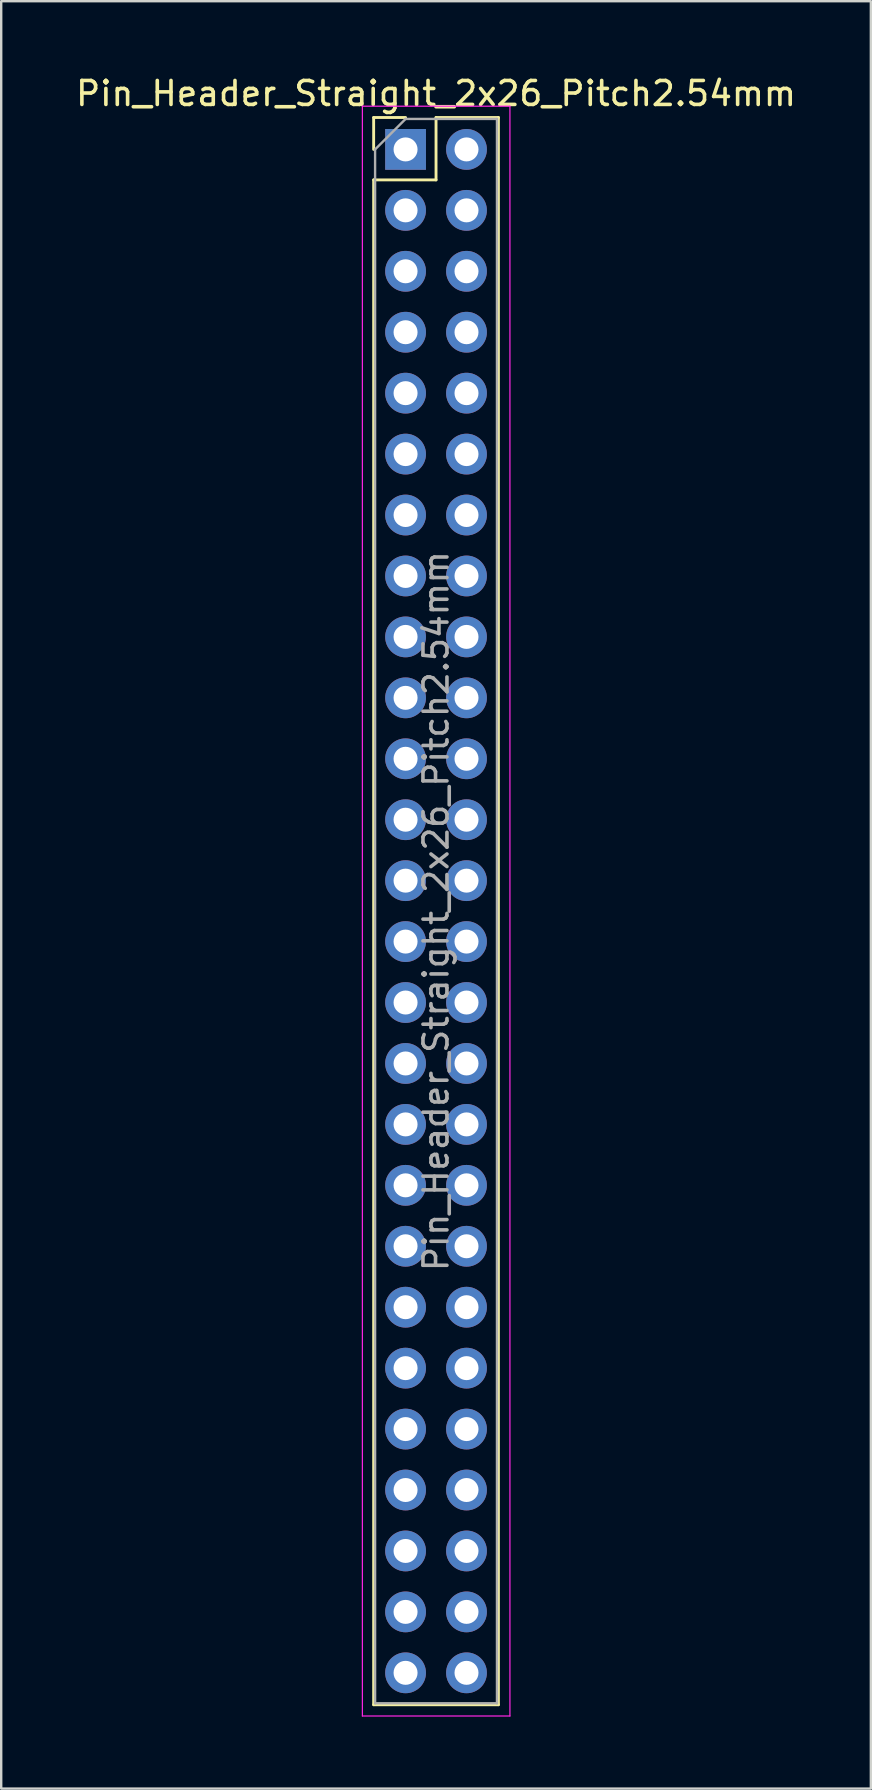
<source format=kicad_pcb>
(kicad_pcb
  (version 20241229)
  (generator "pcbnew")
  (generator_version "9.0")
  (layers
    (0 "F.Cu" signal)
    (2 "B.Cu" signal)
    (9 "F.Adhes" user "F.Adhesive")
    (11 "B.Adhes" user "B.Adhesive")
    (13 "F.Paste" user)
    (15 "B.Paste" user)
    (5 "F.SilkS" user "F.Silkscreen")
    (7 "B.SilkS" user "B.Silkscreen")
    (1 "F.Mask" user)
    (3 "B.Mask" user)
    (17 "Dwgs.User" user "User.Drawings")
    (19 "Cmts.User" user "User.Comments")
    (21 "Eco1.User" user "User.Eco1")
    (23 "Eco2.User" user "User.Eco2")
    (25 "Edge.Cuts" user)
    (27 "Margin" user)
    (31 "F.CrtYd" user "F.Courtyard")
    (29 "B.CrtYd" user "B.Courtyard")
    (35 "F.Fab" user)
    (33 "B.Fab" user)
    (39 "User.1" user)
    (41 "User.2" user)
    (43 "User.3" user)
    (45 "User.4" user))
  (footprint "Pin_Header_Straight_2x26_Pitch2.54mm"
    (layer "F.Cu")
    (at 13.855 3.178)
    (property "Reference" "Pin_Header_Straight_2x26_Pitch2.54mm" (at 1.27 -2.33 0) (layer "F.SilkS") (effects (font (size 1 1) (thickness 0.15))))
    (attr through_hole)
    (fp_line (start -1.33 -1.33) (end 0 -1.33) (stroke (width 0.12) (type solid)) (layer "F.SilkS"))
    (fp_line (start -1.33 0) (end -1.33 -1.33) (stroke (width 0.12) (type solid)) (layer "F.SilkS"))
    (fp_line (start -1.33 1.27) (end -1.33 64.83) (stroke (width 0.12) (type solid)) (layer "F.SilkS"))
    (fp_line (start -1.33 1.27) (end 1.27 1.27) (stroke (width 0.12) (type solid)) (layer "F.SilkS"))
    (fp_line (start -1.33 64.83) (end 3.87 64.83) (stroke (width 0.12) (type solid)) (layer "F.SilkS"))
    (fp_line (start 1.27 -1.33) (end 3.87 -1.33) (stroke (width 0.12) (type solid)) (layer "F.SilkS"))
    (fp_line (start 1.27 1.27) (end 1.27 -1.33) (stroke (width 0.12) (type solid)) (layer "F.SilkS"))
    (fp_line (start 3.87 -1.33) (end 3.87 64.83) (stroke (width 0.12) (type solid)) (layer "F.SilkS"))
    (fp_line (start -1.8 -1.8) (end -1.8 65.3) (stroke (width 0.05) (type solid)) (layer "F.CrtYd"))
    (fp_line (start -1.8 65.3) (end 4.35 65.3) (stroke (width 0.05) (type solid)) (layer "F.CrtYd"))
    (fp_line (start 4.35 -1.8) (end -1.8 -1.8) (stroke (width 0.05) (type solid)) (layer "F.CrtYd"))
    (fp_line (start 4.35 65.3) (end 4.35 -1.8) (stroke (width 0.05) (type solid)) (layer "F.CrtYd"))
    (fp_line (start -1.27 0) (end 0 -1.27) (stroke (width 0.1) (type solid)) (layer "F.Fab"))
    (fp_line (start -1.27 64.77) (end -1.27 0) (stroke (width 0.1) (type solid)) (layer "F.Fab"))
    (fp_line (start 0 -1.27) (end 3.81 -1.27) (stroke (width 0.1) (type solid)) (layer "F.Fab"))
    (fp_line (start 3.81 -1.27) (end 3.81 64.77) (stroke (width 0.1) (type solid)) (layer "F.Fab"))
    (fp_line (start 3.81 64.77) (end -1.27 64.77) (stroke (width 0.1) (type solid)) (layer "F.Fab"))
    (fp_text user "${REFERENCE}" (at 1.27 31.75 90) (layer "F.Fab") (effects (font (size 1 1) (thickness 0.15))))
    (pad "1" thru_hole rect (at 0 0) (size 1.7 1.7) (drill 1) (layers "*.Cu" "*.Mask"))
    (pad "2" thru_hole oval (at 2.54 0) (size 1.7 1.7) (drill 1) (layers "*.Cu" "*.Mask"))
    (pad "3" thru_hole oval (at 0 2.54) (size 1.7 1.7) (drill 1) (layers "*.Cu" "*.Mask"))
    (pad "4" thru_hole oval (at 2.54 2.54) (size 1.7 1.7) (drill 1) (layers "*.Cu" "*.Mask"))
    (pad "5" thru_hole oval (at 0 5.08) (size 1.7 1.7) (drill 1) (layers "*.Cu" "*.Mask"))
    (pad "6" thru_hole oval (at 2.54 5.08) (size 1.7 1.7) (drill 1) (layers "*.Cu" "*.Mask"))
    (pad "7" thru_hole oval (at 0 7.62) (size 1.7 1.7) (drill 1) (layers "*.Cu" "*.Mask"))
    (pad "8" thru_hole oval (at 2.54 7.62) (size 1.7 1.7) (drill 1) (layers "*.Cu" "*.Mask"))
    (pad "9" thru_hole oval (at 0 10.16) (size 1.7 1.7) (drill 1) (layers "*.Cu" "*.Mask"))
    (pad "10" thru_hole oval (at 2.54 10.16) (size 1.7 1.7) (drill 1) (layers "*.Cu" "*.Mask"))
    (pad "11" thru_hole oval (at 0 12.7) (size 1.7 1.7) (drill 1) (layers "*.Cu" "*.Mask"))
    (pad "12" thru_hole oval (at 2.54 12.7) (size 1.7 1.7) (drill 1) (layers "*.Cu" "*.Mask"))
    (pad "13" thru_hole oval (at 0 15.24) (size 1.7 1.7) (drill 1) (layers "*.Cu" "*.Mask"))
    (pad "14" thru_hole oval (at 2.54 15.24) (size 1.7 1.7) (drill 1) (layers "*.Cu" "*.Mask"))
    (pad "15" thru_hole oval (at 0 17.78) (size 1.7 1.7) (drill 1) (layers "*.Cu" "*.Mask"))
    (pad "16" thru_hole oval (at 2.54 17.78) (size 1.7 1.7) (drill 1) (layers "*.Cu" "*.Mask"))
    (pad "17" thru_hole oval (at 0 20.32) (size 1.7 1.7) (drill 1) (layers "*.Cu" "*.Mask"))
    (pad "18" thru_hole oval (at 2.54 20.32) (size 1.7 1.7) (drill 1) (layers "*.Cu" "*.Mask"))
    (pad "19" thru_hole oval (at 0 22.86) (size 1.7 1.7) (drill 1) (layers "*.Cu" "*.Mask"))
    (pad "20" thru_hole oval (at 2.54 22.86) (size 1.7 1.7) (drill 1) (layers "*.Cu" "*.Mask"))
    (pad "21" thru_hole oval (at 0 25.4) (size 1.7 1.7) (drill 1) (layers "*.Cu" "*.Mask"))
    (pad "22" thru_hole oval (at 2.54 25.4) (size 1.7 1.7) (drill 1) (layers "*.Cu" "*.Mask"))
    (pad "23" thru_hole oval (at 0 27.94) (size 1.7 1.7) (drill 1) (layers "*.Cu" "*.Mask"))
    (pad "24" thru_hole oval (at 2.54 27.94) (size 1.7 1.7) (drill 1) (layers "*.Cu" "*.Mask"))
    (pad "25" thru_hole oval (at 0 30.48) (size 1.7 1.7) (drill 1) (layers "*.Cu" "*.Mask"))
    (pad "26" thru_hole oval (at 2.54 30.48) (size 1.7 1.7) (drill 1) (layers "*.Cu" "*.Mask"))
    (pad "27" thru_hole oval (at 0 33.02) (size 1.7 1.7) (drill 1) (layers "*.Cu" "*.Mask"))
    (pad "28" thru_hole oval (at 2.54 33.02) (size 1.7 1.7) (drill 1) (layers "*.Cu" "*.Mask"))
    (pad "29" thru_hole oval (at 0 35.56) (size 1.7 1.7) (drill 1) (layers "*.Cu" "*.Mask"))
    (pad "30" thru_hole oval (at 2.54 35.56) (size 1.7 1.7) (drill 1) (layers "*.Cu" "*.Mask"))
    (pad "31" thru_hole oval (at 0 38.1) (size 1.7 1.7) (drill 1) (layers "*.Cu" "*.Mask"))
    (pad "32" thru_hole oval (at 2.54 38.1) (size 1.7 1.7) (drill 1) (layers "*.Cu" "*.Mask"))
    (pad "33" thru_hole oval (at 0 40.64) (size 1.7 1.7) (drill 1) (layers "*.Cu" "*.Mask"))
    (pad "34" thru_hole oval (at 2.54 40.64) (size 1.7 1.7) (drill 1) (layers "*.Cu" "*.Mask"))
    (pad "35" thru_hole oval (at 0 43.18) (size 1.7 1.7) (drill 1) (layers "*.Cu" "*.Mask"))
    (pad "36" thru_hole oval (at 2.54 43.18) (size 1.7 1.7) (drill 1) (layers "*.Cu" "*.Mask"))
    (pad "37" thru_hole oval (at 0 45.72) (size 1.7 1.7) (drill 1) (layers "*.Cu" "*.Mask"))
    (pad "38" thru_hole oval (at 2.54 45.72) (size 1.7 1.7) (drill 1) (layers "*.Cu" "*.Mask"))
    (pad "39" thru_hole oval (at 0 48.26) (size 1.7 1.7) (drill 1) (layers "*.Cu" "*.Mask"))
    (pad "40" thru_hole oval (at 2.54 48.26) (size 1.7 1.7) (drill 1) (layers "*.Cu" "*.Mask"))
    (pad "41" thru_hole oval (at 0 50.8) (size 1.7 1.7) (drill 1) (layers "*.Cu" "*.Mask"))
    (pad "42" thru_hole oval (at 2.54 50.8) (size 1.7 1.7) (drill 1) (layers "*.Cu" "*.Mask"))
    (pad "43" thru_hole oval (at 0 53.34) (size 1.7 1.7) (drill 1) (layers "*.Cu" "*.Mask"))
    (pad "44" thru_hole oval (at 2.54 53.34) (size 1.7 1.7) (drill 1) (layers "*.Cu" "*.Mask"))
    (pad "45" thru_hole oval (at 0 55.88) (size 1.7 1.7) (drill 1) (layers "*.Cu" "*.Mask"))
    (pad "46" thru_hole oval (at 2.54 55.88) (size 1.7 1.7) (drill 1) (layers "*.Cu" "*.Mask"))
    (pad "47" thru_hole oval (at 0 58.42) (size 1.7 1.7) (drill 1) (layers "*.Cu" "*.Mask"))
    (pad "48" thru_hole oval (at 2.54 58.42) (size 1.7 1.7) (drill 1) (layers "*.Cu" "*.Mask"))
    (pad "49" thru_hole oval (at 0 60.96) (size 1.7 1.7) (drill 1) (layers "*.Cu" "*.Mask"))
    (pad "50" thru_hole oval (at 2.54 60.96) (size 1.7 1.7) (drill 1) (layers "*.Cu" "*.Mask"))
    (pad "51" thru_hole oval (at 0 63.5) (size 1.7 1.7) (drill 1) (layers "*.Cu" "*.Mask"))
    (pad "52" thru_hole oval (at 2.54 63.5) (size 1.7 1.7) (drill 1) (layers "*.Cu" "*.Mask")))
  (gr_rect
    (start -3 -3)
    (end 33.25 71.503)
    (stroke (width 0.1) (type default))
    (fill no)
    (layer "Edge.Cuts")))
</source>
